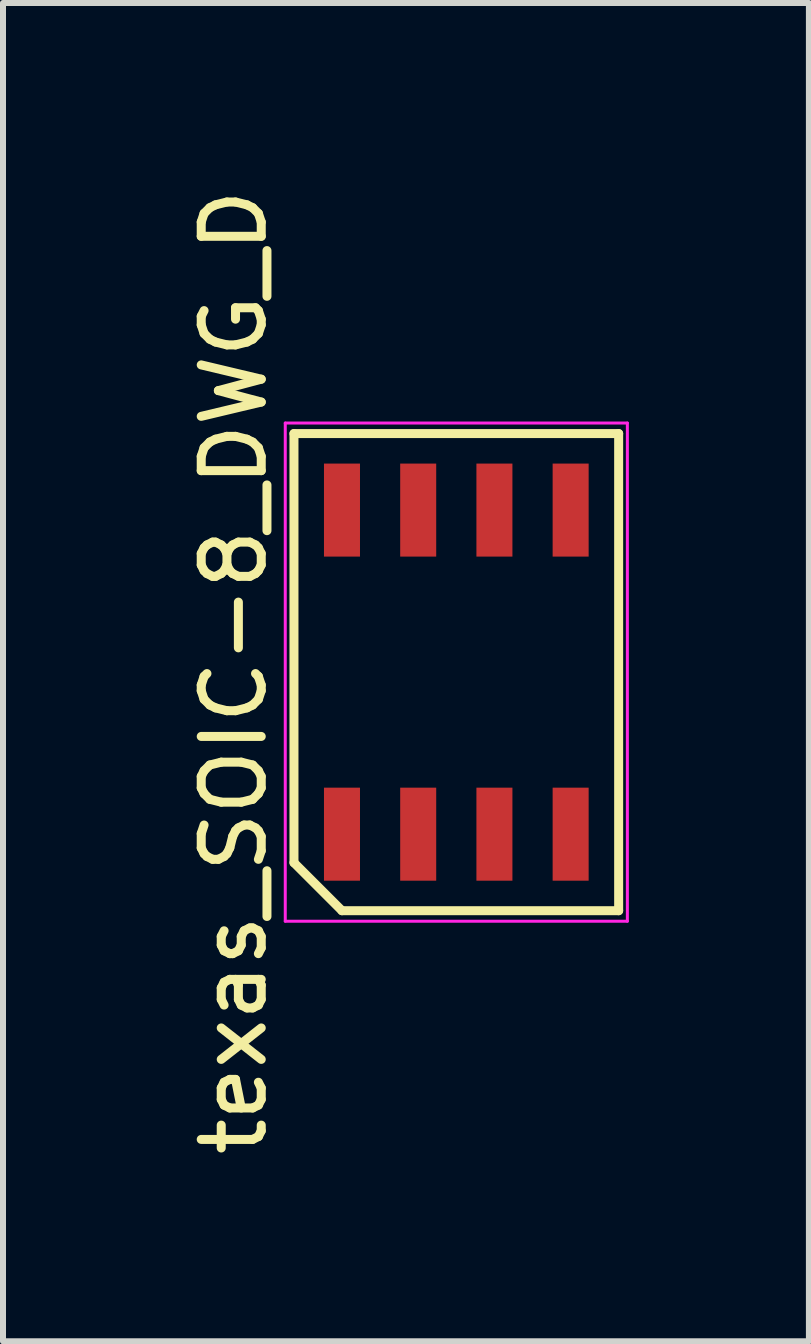
<source format=kicad_pcb>
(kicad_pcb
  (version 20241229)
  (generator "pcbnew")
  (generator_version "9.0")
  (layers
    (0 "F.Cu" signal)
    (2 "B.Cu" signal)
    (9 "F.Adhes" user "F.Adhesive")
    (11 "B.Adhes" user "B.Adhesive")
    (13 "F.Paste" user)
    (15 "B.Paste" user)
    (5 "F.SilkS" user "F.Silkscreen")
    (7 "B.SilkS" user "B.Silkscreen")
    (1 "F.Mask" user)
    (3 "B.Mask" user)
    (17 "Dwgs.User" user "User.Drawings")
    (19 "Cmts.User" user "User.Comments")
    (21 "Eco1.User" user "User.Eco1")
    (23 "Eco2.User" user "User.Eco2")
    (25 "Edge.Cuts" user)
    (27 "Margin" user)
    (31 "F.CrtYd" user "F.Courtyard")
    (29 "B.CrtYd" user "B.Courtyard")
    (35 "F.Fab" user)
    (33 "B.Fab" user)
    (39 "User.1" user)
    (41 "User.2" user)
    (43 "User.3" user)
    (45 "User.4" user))
  (footprint "texas_SOIC-8_DWG_D"
    (layer "F.Cu")
    (at 4.553 8.149)
    (property "Reference" "texas_SOIC-8_DWG_D" (at -3.705 0 90) (layer "F.SilkS") (effects (font (size 1 1) (thickness 0.15))))
    (attr smd)
    (fp_line (start -2.705 -3.975) (end 2.705 -3.975) (stroke (width 0.15) (type solid)) (layer "F.SilkS"))
    (fp_line (start -2.705 3.175) (end -2.705 -3.975) (stroke (width 0.15) (type solid)) (layer "F.SilkS"))
    (fp_line (start -1.905 3.975) (end -2.705 3.175) (stroke (width 0.15) (type solid)) (layer "F.SilkS"))
    (fp_line (start 2.705 -3.975) (end 2.705 3.975) (stroke (width 0.15) (type solid)) (layer "F.SilkS"))
    (fp_line (start 2.705 3.975) (end -1.905 3.975) (stroke (width 0.15) (type solid)) (layer "F.SilkS"))
    (fp_line (start -2.85 -4.15) (end 2.85 -4.15) (stroke (width 0.05) (type solid)) (layer "F.CrtYd"))
    (fp_line (start -2.85 4.15) (end -2.85 -4.15) (stroke (width 0.05) (type solid)) (layer "F.CrtYd"))
    (fp_line (start 2.85 -4.15) (end 2.85 4.15) (stroke (width 0.05) (type solid)) (layer "F.CrtYd"))
    (fp_line (start 2.85 4.15) (end -2.85 4.15) (stroke (width 0.05) (type solid)) (layer "F.CrtYd"))
    (pad "1" smd rect (at -1.905 2.7) (size 0.6 1.55) (layers "F.Cu" "F.Mask" "F.Paste"))
    (pad "2" smd rect (at -0.635 2.7) (size 0.6 1.55) (layers "F.Cu" "F.Mask" "F.Paste"))
    (pad "3" smd rect (at 0.635 2.7) (size 0.6 1.55) (layers "F.Cu" "F.Mask" "F.Paste"))
    (pad "4" smd rect (at 1.905 2.7) (size 0.6 1.55) (layers "F.Cu" "F.Mask" "F.Paste"))
    (pad "5" smd rect (at 1.905 -2.7) (size 0.6 1.55) (layers "F.Cu" "F.Mask" "F.Paste"))
    (pad "6" smd rect (at 0.635 -2.7) (size 0.6 1.55) (layers "F.Cu" "F.Mask" "F.Paste"))
    (pad "7" smd rect (at -0.635 -2.7) (size 0.6 1.55) (layers "F.Cu" "F.Mask" "F.Paste"))
    (pad "8" smd rect (at -1.905 -2.7) (size 0.6 1.55) (layers "F.Cu" "F.Mask" "F.Paste")))
  (gr_rect
    (start -3 -3)
    (end 10.428 19.298)
    (stroke (width 0.1) (type default))
    (fill no)
    (layer "Edge.Cuts")))
</source>
